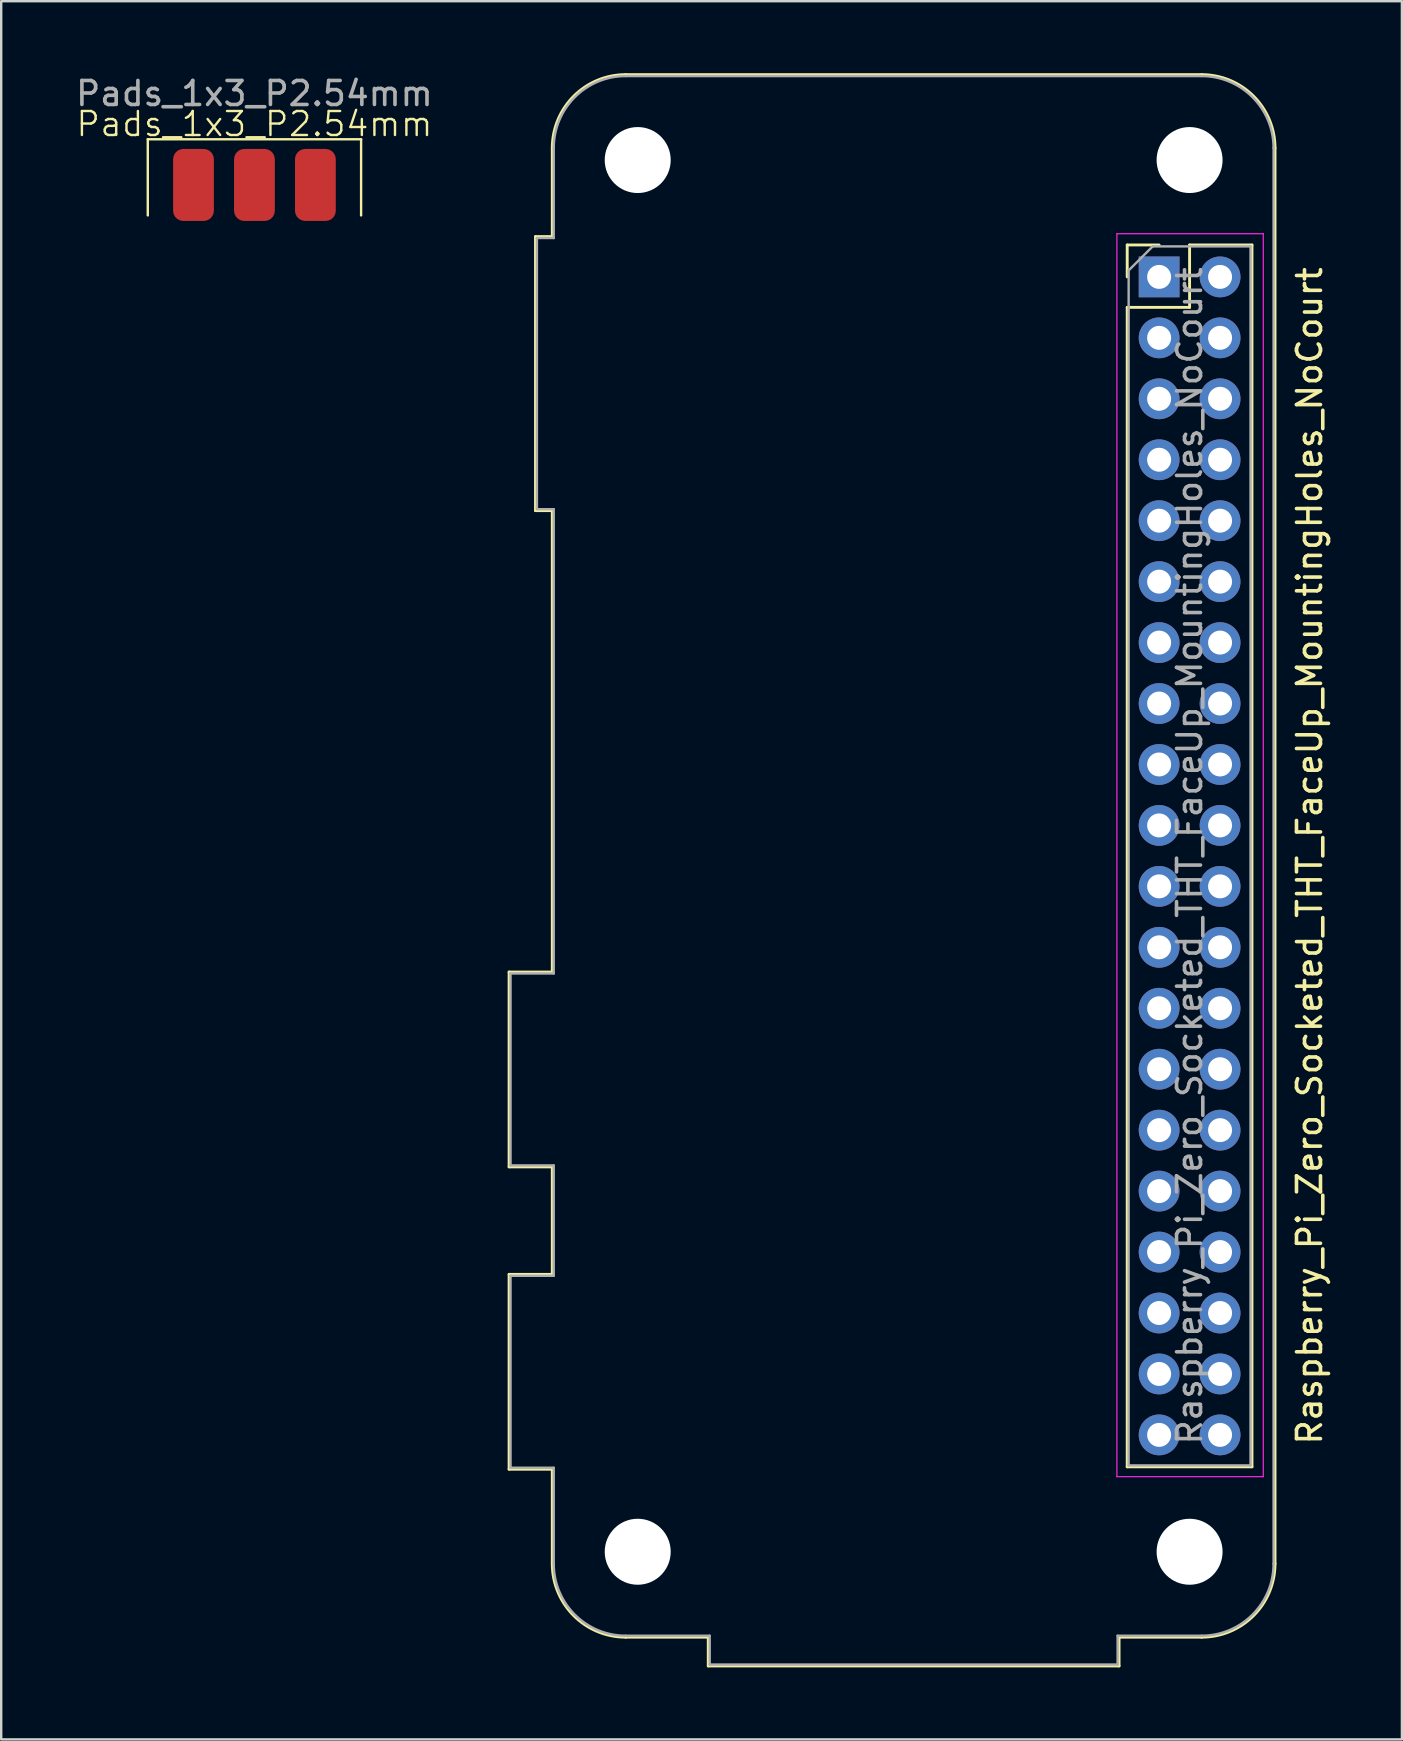
<source format=kicad_pcb>
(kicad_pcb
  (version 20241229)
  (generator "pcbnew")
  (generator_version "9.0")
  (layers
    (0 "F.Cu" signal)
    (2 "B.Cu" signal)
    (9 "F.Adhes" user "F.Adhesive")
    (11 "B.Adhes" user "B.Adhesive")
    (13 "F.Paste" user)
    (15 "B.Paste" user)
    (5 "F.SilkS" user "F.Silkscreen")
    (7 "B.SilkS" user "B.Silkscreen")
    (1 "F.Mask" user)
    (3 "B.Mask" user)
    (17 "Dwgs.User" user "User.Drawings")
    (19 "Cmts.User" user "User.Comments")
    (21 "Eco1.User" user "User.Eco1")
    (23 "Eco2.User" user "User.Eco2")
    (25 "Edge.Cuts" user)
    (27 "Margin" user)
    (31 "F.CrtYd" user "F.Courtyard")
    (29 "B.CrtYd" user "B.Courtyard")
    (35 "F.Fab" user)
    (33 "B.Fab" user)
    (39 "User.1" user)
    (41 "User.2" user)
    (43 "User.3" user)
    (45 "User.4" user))
  (footprint "Raspberry_Pi_Zero_Socketed_THT_FaceUp_MountingHoles_NoCourt"
    (layer "F.Cu")
    (at 45.257 8.49)
    (property "Reference" "Raspberry_Pi_Zero_Socketed_THT_FaceUp_MountingHoles_NoCourt" (at 6.27 24.13 90) (layer "F.SilkS") (effects (font (size 1 1) (thickness 0.15))))
    (attr through_hole)
    (fp_line (start -27.09 28.97) (end -25.29 28.97) (stroke (width 0.12) (type solid)) (layer "F.SilkS"))
    (fp_line (start -27.09 37.09) (end -27.09 28.97) (stroke (width 0.12) (type solid)) (layer "F.SilkS"))
    (fp_line (start -27.09 41.57) (end -25.29 41.57) (stroke (width 0.12) (type solid)) (layer "F.SilkS"))
    (fp_line (start -27.09 49.69) (end -27.09 41.57) (stroke (width 0.12) (type solid)) (layer "F.SilkS"))
    (fp_line (start -25.99 -1.68) (end -25.29 -1.68) (stroke (width 0.12) (type solid)) (layer "F.SilkS"))
    (fp_line (start -25.99 9.74) (end -25.99 -1.68) (stroke (width 0.12) (type solid)) (layer "F.SilkS"))
    (fp_line (start -25.29 -1.68) (end -25.29 -5.37) (stroke (width 0.12) (type solid)) (layer "F.SilkS"))
    (fp_line (start -25.29 9.74) (end -25.99 9.74) (stroke (width 0.12) (type solid)) (layer "F.SilkS"))
    (fp_line (start -25.29 28.97) (end -25.29 9.74) (stroke (width 0.12) (type solid)) (layer "F.SilkS"))
    (fp_line (start -25.29 37.09) (end -27.09 37.09) (stroke (width 0.12) (type solid)) (layer "F.SilkS"))
    (fp_line (start -25.29 41.57) (end -25.29 37.09) (stroke (width 0.12) (type solid)) (layer "F.SilkS"))
    (fp_line (start -25.29 49.69) (end -27.09 49.69) (stroke (width 0.12) (type solid)) (layer "F.SilkS"))
    (fp_line (start -25.29 53.63) (end -25.29 49.69) (stroke (width 0.12) (type solid)) (layer "F.SilkS"))
    (fp_line (start -18.79 56.69) (end -22.23 56.69) (stroke (width 0.12) (type solid)) (layer "F.SilkS"))
    (fp_line (start -18.79 57.89) (end -18.79 56.69) (stroke (width 0.12) (type solid)) (layer "F.SilkS"))
    (fp_line (start -1.67 56.69) (end -1.67 57.89) (stroke (width 0.12) (type solid)) (layer "F.SilkS"))
    (fp_line (start -1.67 56.69) (end 1.77 56.69) (stroke (width 0.12) (type solid)) (layer "F.SilkS"))
    (fp_line (start -1.67 57.89) (end -18.79 57.89) (stroke (width 0.12) (type solid)) (layer "F.SilkS"))
    (fp_line (start -1.33 -1.33) (end -1.33 0) (stroke (width 0.12) (type solid)) (layer "F.SilkS"))
    (fp_line (start -1.33 1.27) (end -1.33 49.59) (stroke (width 0.12) (type solid)) (layer "F.SilkS"))
    (fp_line (start 0 -1.33) (end -1.33 -1.33) (stroke (width 0.12) (type solid)) (layer "F.SilkS"))
    (fp_line (start 1.27 -1.33) (end 1.27 1.27) (stroke (width 0.12) (type solid)) (layer "F.SilkS"))
    (fp_line (start 1.27 1.27) (end -1.33 1.27) (stroke (width 0.12) (type solid)) (layer "F.SilkS"))
    (fp_line (start 1.77 -8.43) (end -22.23 -8.43) (stroke (width 0.12) (type solid)) (layer "F.SilkS"))
    (fp_line (start 3.87 -1.33) (end 1.27 -1.33) (stroke (width 0.12) (type solid)) (layer "F.SilkS"))
    (fp_line (start 3.87 -1.33) (end 3.87 49.59) (stroke (width 0.12) (type solid)) (layer "F.SilkS"))
    (fp_line (start 3.87 49.59) (end -1.33 49.59) (stroke (width 0.12) (type solid)) (layer "F.SilkS"))
    (fp_line (start 4.83 53.63) (end 4.83 -5.37) (stroke (width 0.12) (type solid)) (layer "F.SilkS"))
    (fp_arc (start -25.29 -5.37) (mid -24.393747 -7.533747) (end -22.23 -8.43) (stroke (width 0.12) (type solid)) (layer "F.SilkS"))
    (fp_arc (start -22.23 56.69) (mid -24.393747 55.793747) (end -25.29 53.63) (stroke (width 0.12) (type solid)) (layer "F.SilkS"))
    (fp_arc (start 1.77 -8.43) (mid 3.933747 -7.533747) (end 4.83 -5.37) (stroke (width 0.12) (type solid)) (layer "F.SilkS"))
    (fp_arc (start 4.83 53.63) (mid 3.933747 55.793747) (end 1.77 56.69) (stroke (width 0.12) (type solid)) (layer "F.SilkS"))
    (fp_line (start -1.76 -1.8) (end -1.76 50) (stroke (width 0.05) (type solid)) (layer "F.CrtYd"))
    (fp_line (start -1.76 50) (end 4.34 50) (stroke (width 0.05) (type solid)) (layer "F.CrtYd"))
    (fp_line (start 4.34 -1.8) (end -1.76 -1.8) (stroke (width 0.05) (type solid)) (layer "F.CrtYd"))
    (fp_line (start 4.34 50) (end 4.34 -1.8) (stroke (width 0.05) (type solid)) (layer "F.CrtYd"))
    (fp_line (start -27.03 29.03) (end -25.23 29.03) (stroke (width 0.1) (type solid)) (layer "F.Fab"))
    (fp_line (start -27.03 37.03) (end -27.03 29.03) (stroke (width 0.1) (type solid)) (layer "F.Fab"))
    (fp_line (start -27.03 41.63) (end -25.23 41.63) (stroke (width 0.1) (type solid)) (layer "F.Fab"))
    (fp_line (start -27.03 49.63) (end -27.03 41.63) (stroke (width 0.1) (type solid)) (layer "F.Fab"))
    (fp_line (start -25.93 9.68) (end -25.93 -1.62) (stroke (width 0.1) (type solid)) (layer "F.Fab"))
    (fp_line (start -25.23 -1.62) (end -25.93 -1.62) (stroke (width 0.1) (type solid)) (layer "F.Fab"))
    (fp_line (start -25.23 -1.62) (end -25.23 -5.37) (stroke (width 0.1) (type solid)) (layer "F.Fab"))
    (fp_line (start -25.23 9.68) (end -25.93 9.68) (stroke (width 0.1) (type solid)) (layer "F.Fab"))
    (fp_line (start -25.23 29.03) (end -25.23 9.68) (stroke (width 0.1) (type solid)) (layer "F.Fab"))
    (fp_line (start -25.23 37.03) (end -27.03 37.03) (stroke (width 0.1) (type solid)) (layer "F.Fab"))
    (fp_line (start -25.23 41.63) (end -25.23 37.03) (stroke (width 0.1) (type solid)) (layer "F.Fab"))
    (fp_line (start -25.23 49.63) (end -27.03 49.63) (stroke (width 0.1) (type solid)) (layer "F.Fab"))
    (fp_line (start -25.23 49.63) (end -25.23 53.63) (stroke (width 0.1) (type solid)) (layer "F.Fab"))
    (fp_line (start -22.23 56.63) (end -18.73 56.63) (stroke (width 0.1) (type solid)) (layer "F.Fab"))
    (fp_line (start -18.73 56.63) (end -18.73 57.83) (stroke (width 0.1) (type solid)) (layer "F.Fab"))
    (fp_line (start -1.73 56.63) (end -1.73 57.83) (stroke (width 0.1) (type solid)) (layer "F.Fab"))
    (fp_line (start -1.73 57.83) (end -18.73 57.83) (stroke (width 0.1) (type solid)) (layer "F.Fab"))
    (fp_line (start -1.27 -0.27) (end -1.27 49.53) (stroke (width 0.1) (type solid)) (layer "F.Fab"))
    (fp_line (start -1.27 49.53) (end 3.81 49.53) (stroke (width 0.1) (type solid)) (layer "F.Fab"))
    (fp_line (start -0.27 -1.27) (end -1.27 -0.27) (stroke (width 0.1) (type solid)) (layer "F.Fab"))
    (fp_line (start 1.77 -8.37) (end -22.23 -8.37) (stroke (width 0.1) (type solid)) (layer "F.Fab"))
    (fp_line (start 1.77 56.63) (end -1.73 56.63) (stroke (width 0.1) (type solid)) (layer "F.Fab"))
    (fp_line (start 3.81 -1.27) (end -0.27 -1.27) (stroke (width 0.1) (type solid)) (layer "F.Fab"))
    (fp_line (start 3.81 49.53) (end 3.81 -1.27) (stroke (width 0.1) (type solid)) (layer "F.Fab"))
    (fp_line (start 4.77 53.63) (end 4.77 -5.37) (stroke (width 0.1) (type solid)) (layer "F.Fab"))
    (fp_arc (start -25.23 -5.37) (mid -24.35132 -7.49132) (end -22.23 -8.37) (stroke (width 0.1) (type solid)) (layer "F.Fab"))
    (fp_arc (start -22.23 56.63) (mid -24.35132 55.75132) (end -25.23 53.63) (stroke (width 0.1) (type solid)) (layer "F.Fab"))
    (fp_arc (start 1.77 -8.37) (mid 3.89132 -7.49132) (end 4.77 -5.37) (stroke (width 0.1) (type solid)) (layer "F.Fab"))
    (fp_arc (start 4.77 53.63) (mid 3.89132 55.75132) (end 1.77 56.63) (stroke (width 0.1) (type solid)) (layer "F.Fab"))
    (fp_text user "${REFERENCE}" (at 1.27 24.13 90) (layer "F.Fab") (effects (font (size 1 1) (thickness 0.15))))
    (pad "" np_thru_hole circle (at -21.73 -4.87 270) (size 2.75 2.75) (drill 2.75) (layers "*.Cu" "*.Mask"))
    (pad "" np_thru_hole circle (at -21.73 53.13 270) (size 2.75 2.75) (drill 2.75) (layers "*.Cu" "*.Mask"))
    (pad "" np_thru_hole circle (at 1.27 -4.87 270) (size 2.75 2.75) (drill 2.75) (layers "*.Cu" "*.Mask"))
    (pad "" np_thru_hole circle (at 1.27 53.13 270) (size 2.75 2.75) (drill 2.75) (layers "*.Cu" "*.Mask"))
    (pad "1" thru_hole rect (at 0 0) (size 1.7 1.7) (drill 1) (layers "*.Cu" "*.Mask"))
    (pad "2" thru_hole oval (at 2.54 0) (size 1.7 1.7) (drill 1) (layers "*.Cu" "*.Mask"))
    (pad "3" thru_hole oval (at 0 2.54) (size 1.7 1.7) (drill 1) (layers "*.Cu" "*.Mask"))
    (pad "4" thru_hole oval (at 2.54 2.54) (size 1.7 1.7) (drill 1) (layers "*.Cu" "*.Mask"))
    (pad "5" thru_hole oval (at 0 5.08) (size 1.7 1.7) (drill 1) (layers "*.Cu" "*.Mask"))
    (pad "6" thru_hole oval (at 2.54 5.08) (size 1.7 1.7) (drill 1) (layers "*.Cu" "*.Mask"))
    (pad "7" thru_hole oval (at 0 7.62) (size 1.7 1.7) (drill 1) (layers "*.Cu" "*.Mask"))
    (pad "8" thru_hole oval (at 2.54 7.62) (size 1.7 1.7) (drill 1) (layers "*.Cu" "*.Mask"))
    (pad "9" thru_hole oval (at 0 10.16) (size 1.7 1.7) (drill 1) (layers "*.Cu" "*.Mask"))
    (pad "10" thru_hole oval (at 2.54 10.16) (size 1.7 1.7) (drill 1) (layers "*.Cu" "*.Mask"))
    (pad "11" thru_hole oval (at 0 12.7) (size 1.7 1.7) (drill 1) (layers "*.Cu" "*.Mask"))
    (pad "12" thru_hole oval (at 2.54 12.7) (size 1.7 1.7) (drill 1) (layers "*.Cu" "*.Mask"))
    (pad "13" thru_hole oval (at 0 15.24) (size 1.7 1.7) (drill 1) (layers "*.Cu" "*.Mask"))
    (pad "14" thru_hole oval (at 2.54 15.24) (size 1.7 1.7) (drill 1) (layers "*.Cu" "*.Mask"))
    (pad "15" thru_hole oval (at 0 17.78) (size 1.7 1.7) (drill 1) (layers "*.Cu" "*.Mask"))
    (pad "16" thru_hole oval (at 2.54 17.78) (size 1.7 1.7) (drill 1) (layers "*.Cu" "*.Mask"))
    (pad "17" thru_hole oval (at 0 20.32) (size 1.7 1.7) (drill 1) (layers "*.Cu" "*.Mask"))
    (pad "18" thru_hole oval (at 2.54 20.32) (size 1.7 1.7) (drill 1) (layers "*.Cu" "*.Mask"))
    (pad "19" thru_hole oval (at 0 22.86) (size 1.7 1.7) (drill 1) (layers "*.Cu" "*.Mask"))
    (pad "20" thru_hole oval (at 2.54 22.86) (size 1.7 1.7) (drill 1) (layers "*.Cu" "*.Mask"))
    (pad "21" thru_hole oval (at 0 25.4) (size 1.7 1.7) (drill 1) (layers "*.Cu" "*.Mask"))
    (pad "22" thru_hole oval (at 2.54 25.4) (size 1.7 1.7) (drill 1) (layers "*.Cu" "*.Mask"))
    (pad "23" thru_hole oval (at 0 27.94) (size 1.7 1.7) (drill 1) (layers "*.Cu" "*.Mask"))
    (pad "24" thru_hole oval (at 2.54 27.94) (size 1.7 1.7) (drill 1) (layers "*.Cu" "*.Mask"))
    (pad "25" thru_hole oval (at 0 30.48) (size 1.7 1.7) (drill 1) (layers "*.Cu" "*.Mask"))
    (pad "26" thru_hole oval (at 2.54 30.48) (size 1.7 1.7) (drill 1) (layers "*.Cu" "*.Mask"))
    (pad "27" thru_hole oval (at 0 33.02) (size 1.7 1.7) (drill 1) (layers "*.Cu" "*.Mask"))
    (pad "28" thru_hole oval (at 2.54 33.02) (size 1.7 1.7) (drill 1) (layers "*.Cu" "*.Mask"))
    (pad "29" thru_hole oval (at 0 35.56) (size 1.7 1.7) (drill 1) (layers "*.Cu" "*.Mask"))
    (pad "30" thru_hole oval (at 2.54 35.56) (size 1.7 1.7) (drill 1) (layers "*.Cu" "*.Mask"))
    (pad "31" thru_hole oval (at 0 38.1) (size 1.7 1.7) (drill 1) (layers "*.Cu" "*.Mask"))
    (pad "32" thru_hole oval (at 2.54 38.1) (size 1.7 1.7) (drill 1) (layers "*.Cu" "*.Mask"))
    (pad "33" thru_hole oval (at 0 40.64) (size 1.7 1.7) (drill 1) (layers "*.Cu" "*.Mask"))
    (pad "34" thru_hole oval (at 2.54 40.64) (size 1.7 1.7) (drill 1) (layers "*.Cu" "*.Mask"))
    (pad "35" thru_hole oval (at 0 43.18) (size 1.7 1.7) (drill 1) (layers "*.Cu" "*.Mask"))
    (pad "36" thru_hole oval (at 2.54 43.18) (size 1.7 1.7) (drill 1) (layers "*.Cu" "*.Mask"))
    (pad "37" thru_hole oval (at 0 45.72) (size 1.7 1.7) (drill 1) (layers "*.Cu" "*.Mask"))
    (pad "38" thru_hole oval (at 2.54 45.72) (size 1.7 1.7) (drill 1) (layers "*.Cu" "*.Mask"))
    (pad "39" thru_hole oval (at 0 48.26) (size 1.7 1.7) (drill 1) (layers "*.Cu" "*.Mask"))
    (pad "40" thru_hole oval (at 2.54 48.26) (size 1.7 1.7) (drill 1) (layers "*.Cu" "*.Mask")))
  (footprint "Pads_1x3_P2.54mm"
    (layer "F.Cu")
    (at 7.554 4.658)
    (property "Reference" "Pads_1x3_P2.54mm" (at 0 -2.54 0) (unlocked yes) (layer "F.SilkS") (effects (font (size 1 1) (thickness 0.1))))
    (attr smd)
    (fp_line (start -4.445 -1.905) (end 4.445 -1.905) (stroke (width 0.1) (type default)) (layer "F.SilkS"))
    (fp_line (start -4.445 1.27) (end -4.445 -1.905) (stroke (width 0.1) (type default)) (layer "F.SilkS"))
    (fp_line (start 4.445 -1.905) (end 4.445 1.27) (stroke (width 0.1) (type default)) (layer "F.SilkS"))
    (fp_text user "${REFERENCE}" (at 0 -3.81 0) (unlocked yes) (layer "F.Fab") (effects (font (size 1 1) (thickness 0.15))))
    (pad "1" smd roundrect (at -2.54 0 90) (size 3 1.7) (layers "F.Cu" "F.Mask" "F.Paste") (roundrect_rratio 0.25))
    (pad "2" smd roundrect (at 0 0 90) (size 3 1.7) (layers "F.Cu" "F.Mask" "F.Paste") (roundrect_rratio 0.25))
    (pad "3" smd roundrect (at 2.54 0 90) (size 3 1.7) (layers "F.Cu" "F.Mask" "F.Paste") (roundrect_rratio 0.25)))
  (gr_rect
    (start -3 -3)
    (end 55.375 69.44)
    (stroke (width 0.1) (type default))
    (fill no)
    (layer "Edge.Cuts")))
</source>
